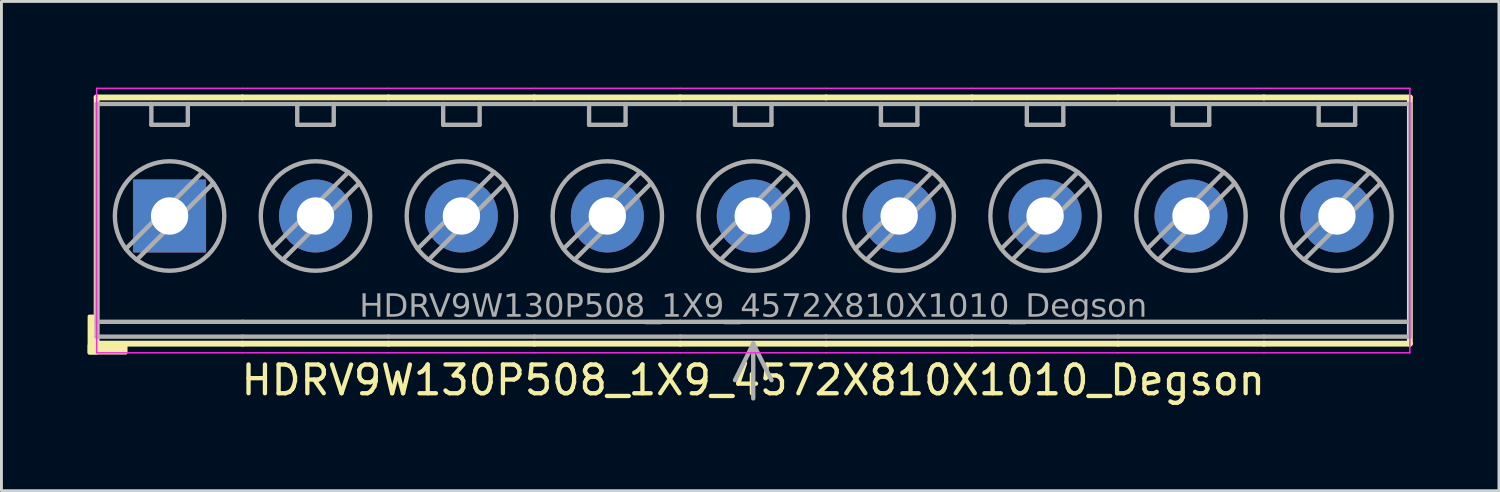
<source format=kicad_pcb>
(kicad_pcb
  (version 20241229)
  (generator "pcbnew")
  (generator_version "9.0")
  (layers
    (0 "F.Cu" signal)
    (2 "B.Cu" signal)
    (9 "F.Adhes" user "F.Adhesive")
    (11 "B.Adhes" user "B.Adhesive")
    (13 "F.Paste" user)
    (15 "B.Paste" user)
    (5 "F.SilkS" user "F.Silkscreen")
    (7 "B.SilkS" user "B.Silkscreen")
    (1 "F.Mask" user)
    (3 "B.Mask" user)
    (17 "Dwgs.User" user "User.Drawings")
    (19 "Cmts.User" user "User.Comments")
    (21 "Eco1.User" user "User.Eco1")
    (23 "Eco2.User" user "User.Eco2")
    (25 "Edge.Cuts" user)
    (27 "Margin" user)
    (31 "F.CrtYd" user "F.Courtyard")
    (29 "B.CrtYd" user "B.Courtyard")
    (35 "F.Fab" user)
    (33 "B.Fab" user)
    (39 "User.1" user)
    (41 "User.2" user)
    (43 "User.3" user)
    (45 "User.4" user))
  (footprint "HDRV9W130P508_1X9_4572X810X1010_Degson"
    (layer "F.Cu")
    (at 23.169 4.47)
    (property "Reference" "HDRV9W130P508_1X9_4572X810X1010_Degson" (at 0.005 5.715 0) (layer "F.SilkS") (effects (font (size 1 1) (thickness 0.15))))
    (attr through_hole)
    (fp_line (start -22.855 -4.128) (end -22.855 4.445) (stroke (width 0.203) (type solid)) (layer "F.SilkS"))
    (fp_line (start -22.855 4.445) (end -17.775 4.445) (stroke (width 0.203) (type solid)) (layer "F.SilkS"))
    (fp_line (start -17.78 -4.128) (end -22.855 -4.128) (stroke (width 0.203) (type solid)) (layer "F.SilkS"))
    (fp_line (start -17.78 -4.128) (end -12.695 -4.128) (stroke (width 0.203) (type solid)) (layer "F.SilkS"))
    (fp_line (start -12.7 -4.128) (end -7.615 -4.128) (stroke (width 0.203) (type solid)) (layer "F.SilkS"))
    (fp_line (start -12.695 4.445) (end -17.775 4.445) (stroke (width 0.203) (type solid)) (layer "F.SilkS"))
    (fp_line (start -7.62 -4.128) (end -2.535 -4.128) (stroke (width 0.203) (type solid)) (layer "F.SilkS"))
    (fp_line (start -7.615 4.445) (end -12.695 4.445) (stroke (width 0.203) (type solid)) (layer "F.SilkS"))
    (fp_line (start -2.54 -4.128) (end 2.545 -4.128) (stroke (width 0.203) (type solid)) (layer "F.SilkS"))
    (fp_line (start -2.535 4.445) (end -7.615 4.445) (stroke (width 0.203) (type solid)) (layer "F.SilkS"))
    (fp_line (start 2.54 -4.128) (end 7.625 -4.128) (stroke (width 0.203) (type solid)) (layer "F.SilkS"))
    (fp_line (start 2.545 4.445) (end -2.535 4.445) (stroke (width 0.203) (type solid)) (layer "F.SilkS"))
    (fp_line (start 7.62 -4.128) (end 12.705 -4.128) (stroke (width 0.203) (type solid)) (layer "F.SilkS"))
    (fp_line (start 7.625 4.445) (end 2.545 4.445) (stroke (width 0.203) (type solid)) (layer "F.SilkS"))
    (fp_line (start 12.7 -4.128) (end 17.785 -4.128) (stroke (width 0.203) (type solid)) (layer "F.SilkS"))
    (fp_line (start 12.705 4.445) (end 7.625 4.445) (stroke (width 0.203) (type solid)) (layer "F.SilkS"))
    (fp_line (start 17.78 -4.128) (end 22.865 -4.128) (stroke (width 0.203) (type solid)) (layer "F.SilkS"))
    (fp_line (start 17.785 4.445) (end 12.705 4.445) (stroke (width 0.203) (type solid)) (layer "F.SilkS"))
    (fp_line (start 22.865 -4.128) (end 22.865 4.445) (stroke (width 0.203) (type solid)) (layer "F.SilkS"))
    (fp_line (start 22.865 4.445) (end 17.785 4.445) (stroke (width 0.203) (type solid)) (layer "F.SilkS"))
    (fp_rect (start -22.855 3.493) (end -23.109 4.763) (stroke (width 0.12) (type solid)) (fill yes) (layer "F.SilkS"))
    (fp_rect (start -21.839 4.763) (end -23.109 4.508) (stroke (width 0.12) (type solid)) (fill yes) (layer "F.SilkS"))
    (fp_line (start -22.855 4.763) (end -22.855 -4.445) (stroke (width 0.05) (type solid)) (layer "F.CrtYd"))
    (fp_line (start -17.78 4.763) (end -22.855 4.763) (stroke (width 0.05) (type solid)) (layer "F.CrtYd"))
    (fp_line (start -17.78 4.763) (end -12.695 4.763) (stroke (width 0.05) (type solid)) (layer "F.CrtYd"))
    (fp_line (start -17.775 -4.445) (end -22.855 -4.445) (stroke (width 0.05) (type solid)) (layer "F.CrtYd"))
    (fp_line (start -17.775 -4.445) (end -12.695 -4.445) (stroke (width 0.05) (type solid)) (layer "F.CrtYd"))
    (fp_line (start -12.7 4.763) (end -7.615 4.763) (stroke (width 0.05) (type solid)) (layer "F.CrtYd"))
    (fp_line (start -12.695 -4.445) (end -7.615 -4.445) (stroke (width 0.05) (type solid)) (layer "F.CrtYd"))
    (fp_line (start -7.62 4.763) (end -2.535 4.763) (stroke (width 0.05) (type solid)) (layer "F.CrtYd"))
    (fp_line (start -7.615 -4.445) (end -2.535 -4.445) (stroke (width 0.05) (type solid)) (layer "F.CrtYd"))
    (fp_line (start -2.54 4.763) (end 2.545 4.763) (stroke (width 0.05) (type solid)) (layer "F.CrtYd"))
    (fp_line (start -2.535 -4.445) (end 2.545 -4.445) (stroke (width 0.05) (type solid)) (layer "F.CrtYd"))
    (fp_line (start 2.54 4.763) (end 7.625 4.763) (stroke (width 0.05) (type solid)) (layer "F.CrtYd"))
    (fp_line (start 2.545 -4.445) (end 7.625 -4.445) (stroke (width 0.05) (type solid)) (layer "F.CrtYd"))
    (fp_line (start 7.62 4.763) (end 12.705 4.763) (stroke (width 0.05) (type solid)) (layer "F.CrtYd"))
    (fp_line (start 7.625 -4.445) (end 12.705 -4.445) (stroke (width 0.05) (type solid)) (layer "F.CrtYd"))
    (fp_line (start 12.7 4.763) (end 17.785 4.763) (stroke (width 0.05) (type solid)) (layer "F.CrtYd"))
    (fp_line (start 12.705 -4.445) (end 17.785 -4.445) (stroke (width 0.05) (type solid)) (layer "F.CrtYd"))
    (fp_line (start 17.78 4.763) (end 22.865 4.763) (stroke (width 0.05) (type solid)) (layer "F.CrtYd"))
    (fp_line (start 17.785 -4.445) (end 22.865 -4.445) (stroke (width 0.05) (type solid)) (layer "F.CrtYd"))
    (fp_line (start 22.865 4.763) (end 22.865 -4.445) (stroke (width 0.05) (type solid)) (layer "F.CrtYd"))
    (fp_line (start -22.855 -3.9) (end -22.855 4.2) (stroke (width 0.152) (type solid)) (layer "F.Fab"))
    (fp_line (start -21.458 1.524) (end -18.791 -1.143) (stroke (width 0.152) (type default)) (layer "F.Fab"))
    (fp_line (start -20.95 -3.9) (end -20.95 -3.175) (stroke (width 0.152) (type default)) (layer "F.Fab"))
    (fp_line (start -20.95 -3.175) (end -19.68 -3.175) (stroke (width 0.152) (type default)) (layer "F.Fab"))
    (fp_line (start -19.68 -3.9) (end -19.68 -3.175) (stroke (width 0.152) (type default)) (layer "F.Fab"))
    (fp_line (start -19.172 -1.524) (end -21.839 1.143) (stroke (width 0.152) (type default)) (layer "F.Fab"))
    (fp_line (start -17.775 -3.9) (end -22.855 -3.9) (stroke (width 0.152) (type solid)) (layer "F.Fab"))
    (fp_line (start -17.775 -3.9) (end -12.695 -3.9) (stroke (width 0.152) (type solid)) (layer "F.Fab"))
    (fp_line (start -17.775 3.683) (end -22.855 3.683) (stroke (width 0.152) (type solid)) (layer "F.Fab"))
    (fp_line (start -17.775 3.683) (end -12.695 3.683) (stroke (width 0.152) (type solid)) (layer "F.Fab"))
    (fp_line (start -17.775 4.2) (end -22.855 4.2) (stroke (width 0.152) (type solid)) (layer "F.Fab"))
    (fp_line (start -17.775 4.2) (end -12.695 4.2) (stroke (width 0.152) (type solid)) (layer "F.Fab"))
    (fp_line (start -16.378 1.524) (end -13.711 -1.143) (stroke (width 0.152) (type default)) (layer "F.Fab"))
    (fp_line (start -15.87 -3.9) (end -15.87 -3.175) (stroke (width 0.152) (type default)) (layer "F.Fab"))
    (fp_line (start -15.87 -3.175) (end -14.6 -3.175) (stroke (width 0.152) (type default)) (layer "F.Fab"))
    (fp_line (start -14.6 -3.9) (end -14.6 -3.175) (stroke (width 0.152) (type default)) (layer "F.Fab"))
    (fp_line (start -14.092 -1.524) (end -16.759 1.143) (stroke (width 0.152) (type default)) (layer "F.Fab"))
    (fp_line (start -12.695 -3.9) (end -7.615 -3.9) (stroke (width 0.152) (type solid)) (layer "F.Fab"))
    (fp_line (start -12.695 3.683) (end -7.615 3.683) (stroke (width 0.152) (type solid)) (layer "F.Fab"))
    (fp_line (start -12.695 4.2) (end -7.615 4.2) (stroke (width 0.152) (type solid)) (layer "F.Fab"))
    (fp_line (start -11.298 1.524) (end -8.631 -1.143) (stroke (width 0.152) (type default)) (layer "F.Fab"))
    (fp_line (start -10.79 -3.9) (end -10.79 -3.175) (stroke (width 0.152) (type default)) (layer "F.Fab"))
    (fp_line (start -10.79 -3.175) (end -9.52 -3.175) (stroke (width 0.152) (type default)) (layer "F.Fab"))
    (fp_line (start -9.52 -3.9) (end -9.52 -3.175) (stroke (width 0.152) (type default)) (layer "F.Fab"))
    (fp_line (start -9.012 -1.524) (end -11.679 1.143) (stroke (width 0.152) (type default)) (layer "F.Fab"))
    (fp_line (start -7.615 -3.9) (end -2.535 -3.9) (stroke (width 0.152) (type solid)) (layer "F.Fab"))
    (fp_line (start -7.615 3.683) (end -2.535 3.683) (stroke (width 0.152) (type solid)) (layer "F.Fab"))
    (fp_line (start -7.615 4.2) (end -2.535 4.2) (stroke (width 0.152) (type solid)) (layer "F.Fab"))
    (fp_line (start -6.218 1.524) (end -3.551 -1.143) (stroke (width 0.152) (type default)) (layer "F.Fab"))
    (fp_line (start -5.71 -3.9) (end -5.71 -3.175) (stroke (width 0.152) (type default)) (layer "F.Fab"))
    (fp_line (start -5.71 -3.175) (end -4.44 -3.175) (stroke (width 0.152) (type default)) (layer "F.Fab"))
    (fp_line (start -4.44 -3.9) (end -4.44 -3.175) (stroke (width 0.152) (type default)) (layer "F.Fab"))
    (fp_line (start -3.932 -1.524) (end -6.599 1.143) (stroke (width 0.152) (type default)) (layer "F.Fab"))
    (fp_line (start -2.535 -3.9) (end 2.545 -3.9) (stroke (width 0.152) (type solid)) (layer "F.Fab"))
    (fp_line (start -2.535 3.683) (end 2.545 3.683) (stroke (width 0.152) (type solid)) (layer "F.Fab"))
    (fp_line (start -2.535 4.2) (end 2.545 4.2) (stroke (width 0.152) (type solid)) (layer "F.Fab"))
    (fp_line (start -1.138 1.524) (end 1.529 -1.143) (stroke (width 0.152) (type default)) (layer "F.Fab"))
    (fp_line (start -0.63 -3.9) (end -0.63 -3.175) (stroke (width 0.152) (type default)) (layer "F.Fab"))
    (fp_line (start -0.63 -3.175) (end 0.64 -3.175) (stroke (width 0.152) (type default)) (layer "F.Fab"))
    (fp_line (start 0.005 4.445) (end -0.63 5.715) (stroke (width 0.152) (type default)) (layer "F.Fab"))
    (fp_line (start 0.005 4.445) (end 0.005 6.35) (stroke (width 0.152) (type default)) (layer "F.Fab"))
    (fp_line (start 0.005 4.445) (end 0.64 5.715) (stroke (width 0.152) (type default)) (layer "F.Fab"))
    (fp_line (start 0.64 -3.9) (end 0.64 -3.175) (stroke (width 0.152) (type default)) (layer "F.Fab"))
    (fp_line (start 1.148 -1.524) (end -1.519 1.143) (stroke (width 0.152) (type default)) (layer "F.Fab"))
    (fp_line (start 2.545 -3.9) (end 7.625 -3.9) (stroke (width 0.152) (type solid)) (layer "F.Fab"))
    (fp_line (start 2.545 3.683) (end 7.625 3.683) (stroke (width 0.152) (type solid)) (layer "F.Fab"))
    (fp_line (start 2.545 4.2) (end 7.625 4.2) (stroke (width 0.152) (type solid)) (layer "F.Fab"))
    (fp_line (start 3.942 1.524) (end 6.609 -1.143) (stroke (width 0.152) (type default)) (layer "F.Fab"))
    (fp_line (start 4.45 -3.9) (end 4.45 -3.175) (stroke (width 0.152) (type default)) (layer "F.Fab"))
    (fp_line (start 4.45 -3.175) (end 5.72 -3.175) (stroke (width 0.152) (type default)) (layer "F.Fab"))
    (fp_line (start 5.72 -3.9) (end 5.72 -3.175) (stroke (width 0.152) (type default)) (layer "F.Fab"))
    (fp_line (start 6.228 -1.524) (end 3.561 1.143) (stroke (width 0.152) (type default)) (layer "F.Fab"))
    (fp_line (start 7.625 -3.9) (end 12.705 -3.9) (stroke (width 0.152) (type solid)) (layer "F.Fab"))
    (fp_line (start 7.625 3.683) (end 12.705 3.683) (stroke (width 0.152) (type solid)) (layer "F.Fab"))
    (fp_line (start 7.625 4.2) (end 12.705 4.2) (stroke (width 0.152) (type solid)) (layer "F.Fab"))
    (fp_line (start 9.022 1.524) (end 11.689 -1.143) (stroke (width 0.152) (type default)) (layer "F.Fab"))
    (fp_line (start 9.53 -3.9) (end 9.53 -3.175) (stroke (width 0.152) (type default)) (layer "F.Fab"))
    (fp_line (start 9.53 -3.175) (end 10.8 -3.175) (stroke (width 0.152) (type default)) (layer "F.Fab"))
    (fp_line (start 10.8 -3.9) (end 10.8 -3.175) (stroke (width 0.152) (type default)) (layer "F.Fab"))
    (fp_line (start 11.308 -1.524) (end 8.641 1.143) (stroke (width 0.152) (type default)) (layer "F.Fab"))
    (fp_line (start 12.705 -3.9) (end 17.785 -3.9) (stroke (width 0.152) (type solid)) (layer "F.Fab"))
    (fp_line (start 12.705 3.683) (end 17.785 3.683) (stroke (width 0.152) (type solid)) (layer "F.Fab"))
    (fp_line (start 12.705 4.2) (end 17.785 4.2) (stroke (width 0.152) (type solid)) (layer "F.Fab"))
    (fp_line (start 14.102 1.524) (end 16.769 -1.143) (stroke (width 0.152) (type default)) (layer "F.Fab"))
    (fp_line (start 14.61 -3.9) (end 14.61 -3.175) (stroke (width 0.152) (type default)) (layer "F.Fab"))
    (fp_line (start 14.61 -3.175) (end 15.88 -3.175) (stroke (width 0.152) (type default)) (layer "F.Fab"))
    (fp_line (start 15.88 -3.9) (end 15.88 -3.175) (stroke (width 0.152) (type default)) (layer "F.Fab"))
    (fp_line (start 16.388 -1.524) (end 13.721 1.143) (stroke (width 0.152) (type default)) (layer "F.Fab"))
    (fp_line (start 17.785 -3.9) (end 22.865 -3.9) (stroke (width 0.152) (type solid)) (layer "F.Fab"))
    (fp_line (start 17.785 3.683) (end 22.865 3.683) (stroke (width 0.152) (type solid)) (layer "F.Fab"))
    (fp_line (start 17.785 4.2) (end 22.865 4.2) (stroke (width 0.152) (type solid)) (layer "F.Fab"))
    (fp_line (start 19.182 1.524) (end 21.849 -1.143) (stroke (width 0.152) (type default)) (layer "F.Fab"))
    (fp_line (start 19.69 -3.9) (end 19.69 -3.175) (stroke (width 0.152) (type default)) (layer "F.Fab"))
    (fp_line (start 19.69 -3.175) (end 20.96 -3.175) (stroke (width 0.152) (type default)) (layer "F.Fab"))
    (fp_line (start 20.96 -3.9) (end 20.96 -3.175) (stroke (width 0.152) (type default)) (layer "F.Fab"))
    (fp_line (start 21.468 -1.524) (end 18.801 1.143) (stroke (width 0.152) (type default)) (layer "F.Fab"))
    (fp_line (start 22.865 -3.9) (end 22.865 4.2) (stroke (width 0.152) (type solid)) (layer "F.Fab"))
    (fp_rect (start -20.569 -0.254) (end -20.061 0.254) (stroke (width 0.152) (type solid)) (fill no) (layer "F.Fab"))
    (fp_rect (start -14.981 -0.254) (end -15.489 0.254) (stroke (width 0.152) (type solid)) (fill no) (layer "F.Fab"))
    (fp_rect (start -9.901 -0.254) (end -10.409 0.254) (stroke (width 0.152) (type solid)) (fill no) (layer "F.Fab"))
    (fp_rect (start -4.821 -0.254) (end -5.329 0.254) (stroke (width 0.152) (type solid)) (fill no) (layer "F.Fab"))
    (fp_rect (start 0.259 -0.254) (end -0.249 0.254) (stroke (width 0.152) (type solid)) (fill no) (layer "F.Fab"))
    (fp_rect (start 5.339 -0.254) (end 4.831 0.254) (stroke (width 0.152) (type solid)) (fill no) (layer "F.Fab"))
    (fp_rect (start 10.419 -0.254) (end 9.911 0.254) (stroke (width 0.152) (type solid)) (fill no) (layer "F.Fab"))
    (fp_rect (start 15.499 -0.254) (end 14.991 0.254) (stroke (width 0.152) (type solid)) (fill no) (layer "F.Fab"))
    (fp_rect (start 20.579 -0.254) (end 20.071 0.254) (stroke (width 0.152) (type solid)) (fill no) (layer "F.Fab"))
    (fp_circle (center -20.315 0) (end -18.41 0) (stroke (width 0.152) (type default)) (fill no) (layer "F.Fab"))
    (fp_circle (center -15.235 0) (end -13.33 0) (stroke (width 0.152) (type default)) (fill no) (layer "F.Fab"))
    (fp_circle (center -10.155 0) (end -8.25 0) (stroke (width 0.152) (type default)) (fill no) (layer "F.Fab"))
    (fp_circle (center -5.075 0) (end -3.17 0) (stroke (width 0.152) (type default)) (fill no) (layer "F.Fab"))
    (fp_circle (center 0.005 0) (end 1.91 0) (stroke (width 0.152) (type default)) (fill no) (layer "F.Fab"))
    (fp_circle (center 5.085 0) (end 6.99 0) (stroke (width 0.152) (type default)) (fill no) (layer "F.Fab"))
    (fp_circle (center 10.165 0) (end 12.07 0) (stroke (width 0.152) (type default)) (fill no) (layer "F.Fab"))
    (fp_circle (center 15.245 0) (end 17.15 0) (stroke (width 0.152) (type default)) (fill no) (layer "F.Fab"))
    (fp_circle (center 20.325 0) (end 22.23 0) (stroke (width 0.152) (type default)) (fill no) (layer "F.Fab"))
    (fp_text user "${REFERENCE}" (at 0.005 3.175 0) (layer "F.Fab") (effects (font (face "Tahoma") (size 0.8 0.8) (thickness 0.15))))
    (pad "1" thru_hole rect (at -20.315 0) (size 2.54 2.54) (drill 1.3) (layers "*.Cu" "*.Mask"))
    (pad "2" thru_hole circle (at -15.235 0) (size 2.54 2.54) (drill 1.3) (layers "*.Cu" "*.Mask"))
    (pad "3" thru_hole circle (at -10.155 0) (size 2.54 2.54) (drill 1.3) (layers "*.Cu" "*.Mask"))
    (pad "4" thru_hole circle (at -5.075 0) (size 2.54 2.54) (drill 1.3) (layers "*.Cu" "*.Mask"))
    (pad "5" thru_hole circle (at 0.005 0) (size 2.54 2.54) (drill 1.3) (layers "*.Cu" "*.Mask"))
    (pad "6" thru_hole circle (at 5.085 0) (size 2.54 2.54) (drill 1.3) (layers "*.Cu" "*.Mask"))
    (pad "7" thru_hole circle (at 10.165 0) (size 2.54 2.54) (drill 1.3) (layers "*.Cu" "*.Mask"))
    (pad "8" thru_hole circle (at 15.245 0) (size 2.54 2.54) (drill 1.3) (layers "*.Cu" "*.Mask"))
    (pad "9" thru_hole circle (at 20.325 0) (size 2.54 2.54) (drill 1.3) (layers "*.Cu" "*.Mask")))
  (gr_rect
    (start -3 -3)
    (end 49.136 14.033)
    (stroke (width 0.1) (type default))
    (fill no)
    (layer "Edge.Cuts")))
</source>
